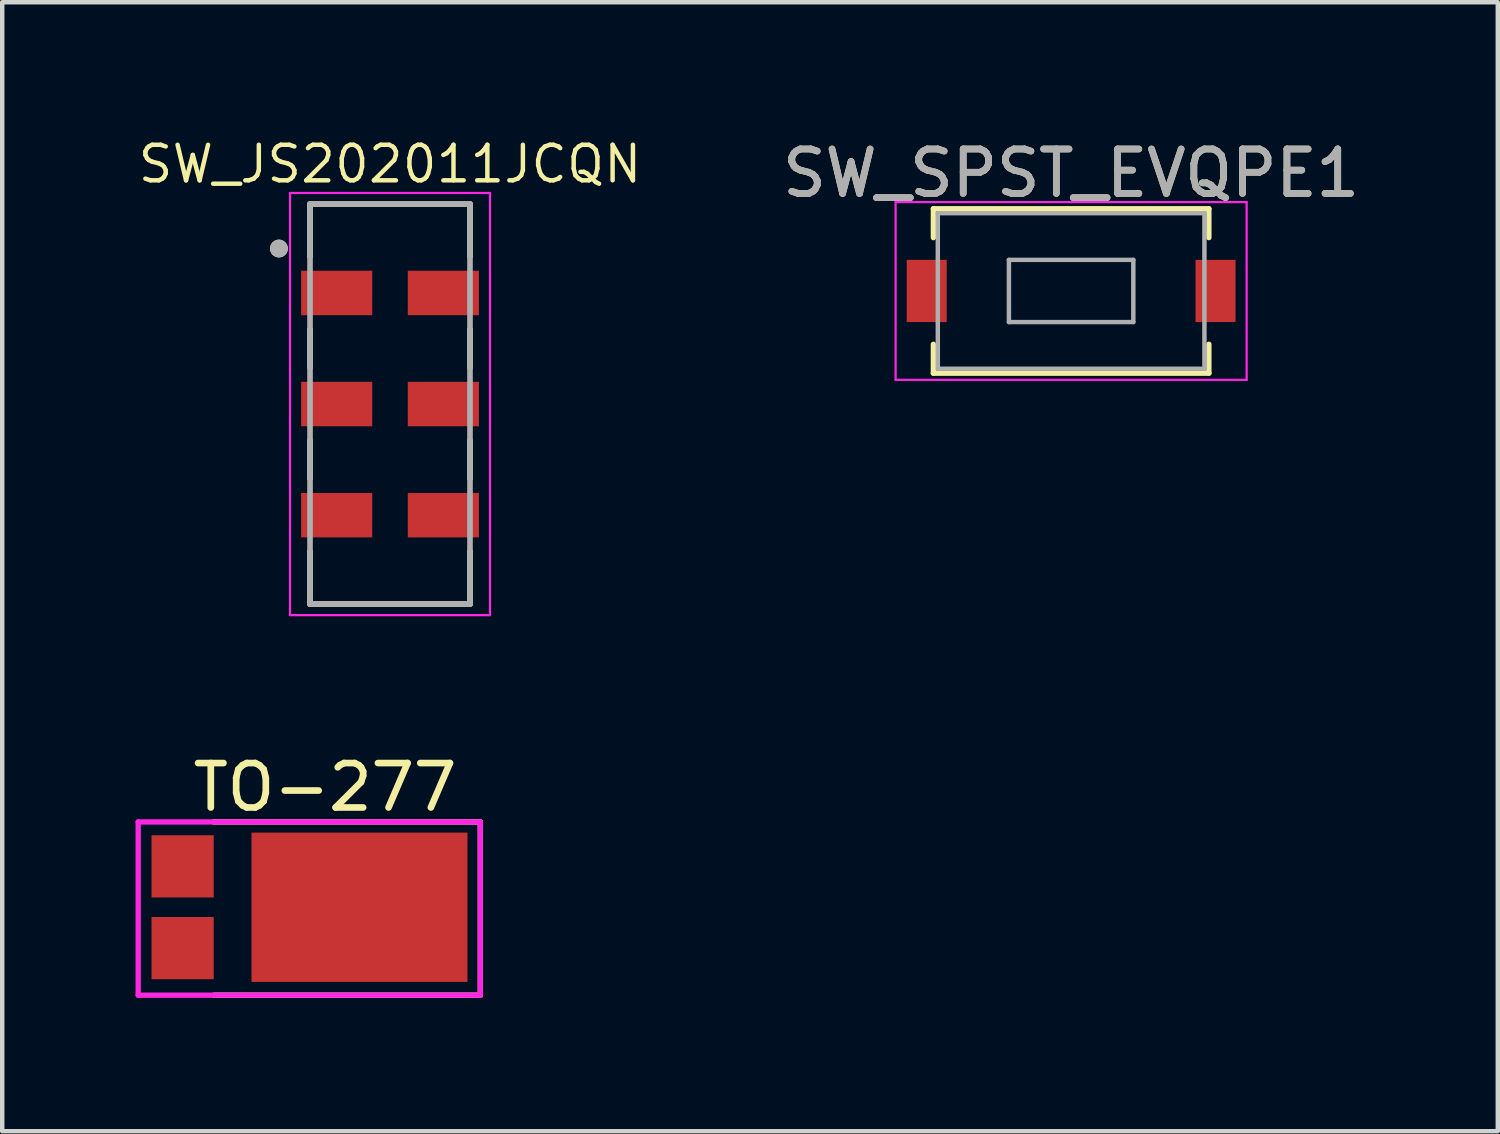
<source format=kicad_pcb>
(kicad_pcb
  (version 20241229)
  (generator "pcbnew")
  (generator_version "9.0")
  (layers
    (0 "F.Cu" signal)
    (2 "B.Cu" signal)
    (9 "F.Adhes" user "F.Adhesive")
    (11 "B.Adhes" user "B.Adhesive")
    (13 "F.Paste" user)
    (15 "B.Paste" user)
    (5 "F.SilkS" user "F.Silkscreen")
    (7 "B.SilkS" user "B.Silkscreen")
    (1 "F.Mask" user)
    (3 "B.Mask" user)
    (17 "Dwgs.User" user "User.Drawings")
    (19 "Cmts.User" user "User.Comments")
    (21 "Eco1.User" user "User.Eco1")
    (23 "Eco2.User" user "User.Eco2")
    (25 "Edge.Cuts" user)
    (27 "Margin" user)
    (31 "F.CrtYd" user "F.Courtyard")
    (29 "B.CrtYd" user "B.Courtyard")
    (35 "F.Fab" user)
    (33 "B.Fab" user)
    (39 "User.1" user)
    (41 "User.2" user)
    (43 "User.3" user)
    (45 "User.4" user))
  (footprint "TO-277"
    (layer "F.Cu")
    (at 4.265 17.367)
    (property "Reference" "TO-277" (at 0 -2.7 0) (layer "F.SilkS") (effects (font (size 1 1) (thickness 0.15))))
    (attr smd)
    (fp_line (start -2.505 -1.92) (end 3.495 -1.92) (stroke (width 0.12) (type solid)) (layer "F.SilkS"))
    (fp_line (start 3.495 -1.92) (end 3.495 1.98) (stroke (width 0.12) (type solid)) (layer "F.SilkS"))
    (fp_line (start 3.495 1.98) (end -2.505 1.98) (stroke (width 0.12) (type solid)) (layer "F.SilkS"))
    (fp_poly (pts (xy 0.6 -0.1) (xy -1.5 -0.1) (xy -1.5 -1.4) (xy 0.6 -1.4)) (stroke (width 0.1) (type solid)) (fill yes) (layer "F.Paste"))
    (fp_poly (pts (xy 0.6 1.4) (xy -1.5 1.4) (xy -1.5 0.1) (xy 0.6 0.1)) (stroke (width 0.1) (type solid)) (fill yes) (layer "F.Paste"))
    (fp_poly (pts (xy 3 -0.1) (xy 0.9 -0.1) (xy 0.9 -1.4) (xy 3 -1.4)) (stroke (width 0.1) (type solid)) (fill yes) (layer "F.Paste"))
    (fp_poly (pts (xy 3 1.4) (xy 0.9 1.4) (xy 0.9 0.1) (xy 3 0.1)) (stroke (width 0.1) (type solid)) (fill yes) (layer "F.Paste"))
    (fp_line (start -4.205 -1.92) (end 3.495 -1.92) (stroke (width 0.12) (type solid)) (layer "F.CrtYd"))
    (fp_line (start -4.205 1.98) (end -4.205 -1.92) (stroke (width 0.12) (type solid)) (layer "F.CrtYd"))
    (fp_line (start 3.495 -1.92) (end 3.495 1.98) (stroke (width 0.12) (type solid)) (layer "F.CrtYd"))
    (fp_line (start 3.495 1.98) (end -4.205 1.98) (stroke (width 0.12) (type solid)) (layer "F.CrtYd"))
    (pad "1" smd rect (at -3.205 -0.92) (size 1.4 1.4) (layers "F.Cu" "F.Mask" "F.Paste"))
    (pad "2" smd rect (at -3.205 0.92) (size 1.4 1.4) (layers "F.Cu" "F.Mask" "F.Paste"))
    (pad "3" smd rect (at 0.775 0) (size 4.86 3.36) (layers "F.Cu" "F.Mask")))
  (footprint "SW_JS202011JCQN"
    (layer "F.Cu")
    (at 5.727 6.043)
    (property "Reference" "SW_JS202011JCQN" (at 0 -5.4 0) (layer "F.SilkS") (effects (font (size 0.8 0.8) (thickness 0.1))))
    (attr smd)
    (fp_line (start -1.8 -4.5) (end 1.8 -4.5) (stroke (width 0.127) (type solid)) (layer "F.SilkS"))
    (fp_line (start -1.8 -3.32) (end -1.8 -4.5) (stroke (width 0.127) (type solid)) (layer "F.SilkS"))
    (fp_line (start -1.8 -0.82) (end -1.8 -1.68) (stroke (width 0.127) (type solid)) (layer "F.SilkS"))
    (fp_line (start -1.8 1.68) (end -1.8 0.82) (stroke (width 0.127) (type solid)) (layer "F.SilkS"))
    (fp_line (start -1.8 4.5) (end -1.8 3.32) (stroke (width 0.127) (type solid)) (layer "F.SilkS"))
    (fp_line (start 1.8 -4.5) (end 1.8 -3.32) (stroke (width 0.127) (type solid)) (layer "F.SilkS"))
    (fp_line (start 1.8 -1.68) (end 1.8 -0.82) (stroke (width 0.127) (type solid)) (layer "F.SilkS"))
    (fp_line (start 1.8 0.82) (end 1.8 1.68) (stroke (width 0.127) (type solid)) (layer "F.SilkS"))
    (fp_line (start 1.8 3.32) (end 1.8 4.5) (stroke (width 0.127) (type solid)) (layer "F.SilkS"))
    (fp_line (start 1.8 4.5) (end -1.8 4.5) (stroke (width 0.127) (type solid)) (layer "F.SilkS"))
    (fp_circle (center -2.5 -3.5) (end -2.4 -3.5) (stroke (width 0.2) (type solid)) (fill no) (layer "F.SilkS"))
    (fp_line (start -2.25 -4.75) (end 2.25 -4.75) (stroke (width 0.05) (type solid)) (layer "F.CrtYd"))
    (fp_line (start -2.25 4.75) (end -2.25 -4.75) (stroke (width 0.05) (type solid)) (layer "F.CrtYd"))
    (fp_line (start 2.25 -4.75) (end 2.25 4.75) (stroke (width 0.05) (type solid)) (layer "F.CrtYd"))
    (fp_line (start 2.25 4.75) (end -2.25 4.75) (stroke (width 0.05) (type solid)) (layer "F.CrtYd"))
    (fp_line (start -1.8 -4.5) (end 1.8 -4.5) (stroke (width 0.127) (type solid)) (layer "F.Fab"))
    (fp_line (start -1.8 4.5) (end -1.8 -4.5) (stroke (width 0.127) (type solid)) (layer "F.Fab"))
    (fp_line (start 1.8 -4.5) (end 1.8 4.5) (stroke (width 0.127) (type solid)) (layer "F.Fab"))
    (fp_line (start 1.8 4.5) (end -1.8 4.5) (stroke (width 0.127) (type solid)) (layer "F.Fab"))
    (fp_circle (center -2.5 -3.5) (end -2.4 -3.5) (stroke (width 0.2) (type solid)) (fill no) (layer "F.Fab"))
    (pad "1" smd rect (at -1.2 -2.5) (size 1.6 1) (layers "F.Cu" "F.Mask" "F.Paste"))
    (pad "2" smd rect (at -1.2 0) (size 1.6 1) (layers "F.Cu" "F.Mask" "F.Paste"))
    (pad "3" smd rect (at -1.2 2.5) (size 1.6 1) (layers "F.Cu" "F.Mask" "F.Paste"))
    (pad "5" smd rect (at 1.2 -2.5) (size 1.6 1) (layers "F.Cu" "F.Mask" "F.Paste"))
    (pad "6" smd rect (at 1.2 0) (size 1.6 1) (layers "F.Cu" "F.Mask" "F.Paste"))
    (pad "7" smd rect (at 1.2 2.5) (size 1.6 1) (layers "F.Cu" "F.Mask" "F.Paste")))
  (footprint "SW_SPST_EVQPE1"
    (layer "F.Cu")
    (at 21.055 3.498)
    (property "Reference" "SW_SPST_EVQPE1" (at 0 -2.65 0) (layer "F.SilkS") (effects (font (size 1 1) (thickness 0.15))))
    (attr smd)
    (fp_line (start -3.1 -1.85) (end -3.1 -1.2) (stroke (width 0.12) (type solid)) (layer "F.SilkS"))
    (fp_line (start -3.1 1.2) (end -3.1 1.85) (stroke (width 0.12) (type solid)) (layer "F.SilkS"))
    (fp_line (start -3.1 1.85) (end 3.1 1.85) (stroke (width 0.12) (type solid)) (layer "F.SilkS"))
    (fp_line (start 3.1 -1.85) (end -3.1 -1.85) (stroke (width 0.12) (type solid)) (layer "F.SilkS"))
    (fp_line (start 3.1 -1.85) (end 3.1 -1.2) (stroke (width 0.12) (type solid)) (layer "F.SilkS"))
    (fp_line (start 3.1 1.85) (end 3.1 1.2) (stroke (width 0.12) (type solid)) (layer "F.SilkS"))
    (fp_line (start -3.95 -2) (end 3.95 -2) (stroke (width 0.05) (type solid)) (layer "F.CrtYd"))
    (fp_line (start -3.95 2) (end -3.95 -2) (stroke (width 0.05) (type solid)) (layer "F.CrtYd"))
    (fp_line (start 3.95 -2) (end 3.95 2) (stroke (width 0.05) (type solid)) (layer "F.CrtYd"))
    (fp_line (start 3.95 2) (end -3.95 2) (stroke (width 0.05) (type solid)) (layer "F.CrtYd"))
    (fp_line (start -3 -1.75) (end 3 -1.75) (stroke (width 0.1) (type solid)) (layer "F.Fab"))
    (fp_line (start -3 1.75) (end -3 -1.75) (stroke (width 0.1) (type solid)) (layer "F.Fab"))
    (fp_line (start -1.4 -0.7) (end 1.4 -0.7) (stroke (width 0.1) (type solid)) (layer "F.Fab"))
    (fp_line (start -1.4 0.7) (end -1.4 -0.7) (stroke (width 0.1) (type solid)) (layer "F.Fab"))
    (fp_line (start 1.4 -0.7) (end 1.4 0.7) (stroke (width 0.1) (type solid)) (layer "F.Fab"))
    (fp_line (start 1.4 0.7) (end -1.4 0.7) (stroke (width 0.1) (type solid)) (layer "F.Fab"))
    (fp_line (start 3 -1.75) (end 3 1.75) (stroke (width 0.1) (type solid)) (layer "F.Fab"))
    (fp_line (start 3 1.75) (end -3 1.75) (stroke (width 0.1) (type solid)) (layer "F.Fab"))
    (fp_text user "${REFERENCE}" (at 0 -2.65 0) (layer "F.Fab") (effects (font (size 1 1) (thickness 0.15))))
    (pad "1" smd rect (at -3.25 0) (size 0.9 1.4) (layers "F.Cu" "F.Mask" "F.Paste"))
    (pad "2" smd rect (at 3.25 0) (size 0.9 1.4) (layers "F.Cu" "F.Mask" "F.Paste")))
  (gr_rect
    (start -3 -3)
    (end 30.657 22.407)
    (stroke (width 0.1) (type default))
    (fill no)
    (layer "Edge.Cuts")))
</source>
